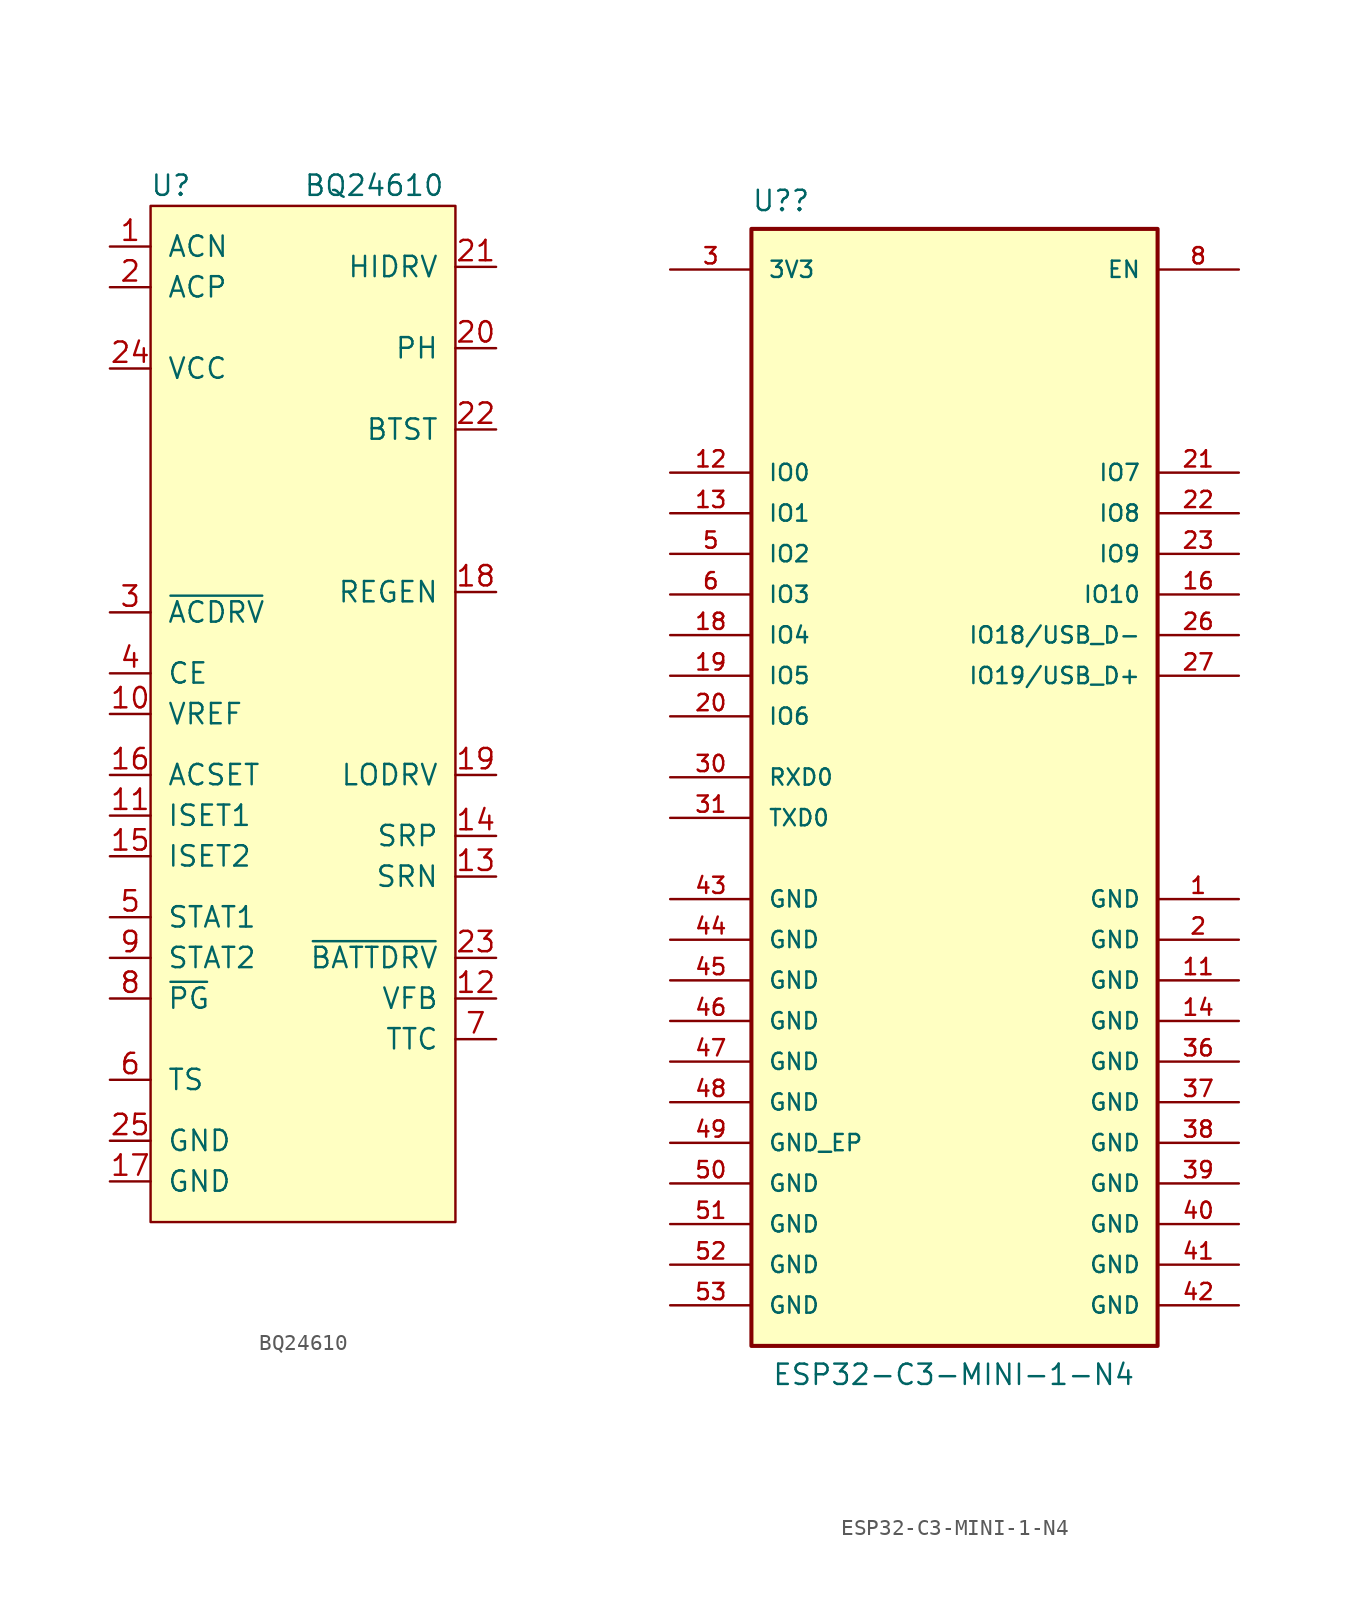
<source format=kicad_sym>
(kicad_symbol_lib
  (version 20220914)
  (generator kicad_symbol_editor)
  (symbol "BQ24610"
    (pin_names
      (offset 1.016))
    (property "Reference" "U"
      (at -24.13 8.89 0)
      (effects (font (size 1.27 1.27))))
    (property "Value" "BQ24610"
      (at -11.43 8.89 0)
      (effects (font (size 1.27 1.27))))
    (symbol "BQ24610_0_1"
      (rectangle (start -25.4 7.62) (end -6.35 -55.88) (stroke (width 0) (type solid)) (fill (type background))))
    (symbol "BQ24610_1_1"
      (pin input line (at -27.94 5.08 0) (length 2.54) (name "ACN" (effects (font (size 1.27 1.27)))) (number "1" (effects (font (size 1.27 1.27)))))
      (pin input line (at -27.94 -24.13 0) (length 2.54) (name "VREF" (effects (font (size 1.27 1.27)))) (number "10" (effects (font (size 1.27 1.27)))))
      (pin input line (at -27.94 -30.48 0) (length 2.54) (name "ISET1" (effects (font (size 1.27 1.27)))) (number "11" (effects (font (size 1.27 1.27)))))
      (pin input line (at -3.81 -41.91 180) (length 2.54) (name "VFB" (effects (font (size 1.27 1.27)))) (number "12" (effects (font (size 1.27 1.27)))))
      (pin input line (at -3.81 -34.29 180) (length 2.54) (name "SRN" (effects (font (size 1.27 1.27)))) (number "13" (effects (font (size 1.27 1.27)))))
      (pin input line (at -3.81 -31.75 180) (length 2.54) (name "SRP" (effects (font (size 1.27 1.27)))) (number "14" (effects (font (size 1.27 1.27)))))
      (pin input line (at -27.94 -33.02 0) (length 2.54) (name "ISET2" (effects (font (size 1.27 1.27)))) (number "15" (effects (font (size 1.27 1.27)))))
      (pin input line (at -27.94 -27.94 0) (length 2.54) (name "ACSET" (effects (font (size 1.27 1.27)))) (number "16" (effects (font (size 1.27 1.27)))))
      (pin input line (at -27.94 -53.34 0) (length 2.54) (name "GND" (effects (font (size 1.27 1.27)))) (number "17" (effects (font (size 1.27 1.27)))))
      (pin input line (at -3.81 -16.51 180) (length 2.54) (name "REGEN" (effects (font (size 1.27 1.27)))) (number "18" (effects (font (size 1.27 1.27)))))
      (pin input line (at -3.81 -27.94 180) (length 2.54) (name "LODRV" (effects (font (size 1.27 1.27)))) (number "19" (effects (font (size 1.27 1.27)))))
      (pin input line (at -27.94 2.54 0) (length 2.54) (name "ACP" (effects (font (size 1.27 1.27)))) (number "2" (effects (font (size 1.27 1.27)))))
      (pin input line (at -3.81 -1.27 180) (length 2.54) (name "PH" (effects (font (size 1.27 1.27)))) (number "20" (effects (font (size 1.27 1.27)))))
      (pin input line (at -3.81 3.81 180) (length 2.54) (name "HIDRV" (effects (font (size 1.27 1.27)))) (number "21" (effects (font (size 1.27 1.27)))))
      (pin input line (at -3.81 -6.35 180) (length 2.54) (name "BTST" (effects (font (size 1.27 1.27)))) (number "22" (effects (font (size 1.27 1.27)))))
      (pin input line (at -3.81 -39.37 180) (length 2.54) (name "~{BATTDRV}" (effects (font (size 1.27 1.27)))) (number "23" (effects (font (size 1.27 1.27)))))
      (pin input line (at -27.94 -2.54 0) (length 2.54) (name "VCC" (effects (font (size 1.27 1.27)))) (number "24" (effects (font (size 1.27 1.27)))))
      (pin input line (at -27.94 -50.8 0) (length 2.54) (name "GND" (effects (font (size 1.27 1.27)))) (number "25" (effects (font (size 1.27 1.27)))))
      (pin input line (at -27.94 -17.78 0) (length 2.54) (name "~{ACDRV}" (effects (font (size 1.27 1.27)))) (number "3" (effects (font (size 1.27 1.27)))))
      (pin input line (at -27.94 -21.59 0) (length 2.54) (name "CE" (effects (font (size 1.27 1.27)))) (number "4" (effects (font (size 1.27 1.27)))))
      (pin input line (at -27.94 -36.83 0) (length 2.54) (name "STAT1" (effects (font (size 1.27 1.27)))) (number "5" (effects (font (size 1.27 1.27)))))
      (pin input line (at -27.94 -46.99 0) (length 2.54) (name "TS" (effects (font (size 1.27 1.27)))) (number "6" (effects (font (size 1.27 1.27)))))
      (pin input line (at -3.81 -44.45 180) (length 2.54) (name "TTC" (effects (font (size 1.27 1.27)))) (number "7" (effects (font (size 1.27 1.27)))))
      (pin input line (at -27.94 -41.91 0) (length 2.54) (name "~{PG}" (effects (font (size 1.27 1.27)))) (number "8" (effects (font (size 1.27 1.27)))))
      (pin input line (at -27.94 -39.37 0) (length 2.54) (name "STAT2" (effects (font (size 1.27 1.27)))) (number "9" (effects (font (size 1.27 1.27)))))))
  (symbol "ESP32-C3-MINI-1-N4"
    (pin_names
      (offset 1.016))
    (property "Reference" "U?"
      (at -12.7 18.796 0)
      (effects (font (size 1.27 1.27)) (justify left bottom)))
    (property "Value" "ESP32-C3-MINI-1-N4"
      (at -11.43 -54.61 0)
      (effects (font (size 1.27 1.27)) (justify left bottom)))
    (symbol "ESP32-C3-MINI-1-N4_0_0"
      (rectangle (start -12.7 17.78) (end 12.7 -52.07) (stroke (width 0.254) (type default)) (fill (type background)))
      (pin power_in line (at 17.78 -24.13 180) (length 5.08) (name "GND" (effects (font (size 1.016 1.016)))) (number "1" (effects (font (size 1.016 1.016)))))
      (pin power_in line (at 17.78 -29.21 180) (length 5.08) (name "GND" (effects (font (size 1.016 1.016)))) (number "11" (effects (font (size 1.016 1.016)))))
      (pin bidirectional line (at -17.78 2.54 0) (length 5.08) (name "IO0" (effects (font (size 1.016 1.016)))) (number "12" (effects (font (size 1.016 1.016)))))
      (pin bidirectional line (at -17.78 0 0) (length 5.08) (name "IO1" (effects (font (size 1.016 1.016)))) (number "13" (effects (font (size 1.016 1.016)))))
      (pin power_in line (at 17.78 -31.75 180) (length 5.08) (name "GND" (effects (font (size 1.016 1.016)))) (number "14" (effects (font (size 1.016 1.016)))))
      (pin bidirectional line (at 17.78 -5.08 180) (length 5.08) (name "IO10" (effects (font (size 1.016 1.016)))) (number "16" (effects (font (size 1.016 1.016)))))
      (pin bidirectional line (at -17.78 -7.62 0) (length 5.08) (name "IO4" (effects (font (size 1.016 1.016)))) (number "18" (effects (font (size 1.016 1.016)))))
      (pin bidirectional line (at -17.78 -10.16 0) (length 5.08) (name "IO5" (effects (font (size 1.016 1.016)))) (number "19" (effects (font (size 1.016 1.016)))))
      (pin power_in line (at 17.78 -26.67 180) (length 5.08) (name "GND" (effects (font (size 1.016 1.016)))) (number "2" (effects (font (size 1.016 1.016)))))
      (pin bidirectional line (at -17.78 -12.7 0) (length 5.08) (name "IO6" (effects (font (size 1.016 1.016)))) (number "20" (effects (font (size 1.016 1.016)))))
      (pin bidirectional line (at 17.78 2.54 180) (length 5.08) (name "IO7" (effects (font (size 1.016 1.016)))) (number "21" (effects (font (size 1.016 1.016)))))
      (pin bidirectional line (at 17.78 0 180) (length 5.08) (name "IO8" (effects (font (size 1.016 1.016)))) (number "22" (effects (font (size 1.016 1.016)))))
      (pin bidirectional line (at 17.78 -2.54 180) (length 5.08) (name "IO9" (effects (font (size 1.016 1.016)))) (number "23" (effects (font (size 1.016 1.016)))))
      (pin power_in line (at -17.78 15.24 0) (length 5.08) (name "3V3" (effects (font (size 1.016 1.016)))) (number "3" (effects (font (size 1.016 1.016)))))
      (pin bidirectional line (at -17.78 -16.51 0) (length 5.08) (name "RXD0" (effects (font (size 1.016 1.016)))) (number "30" (effects (font (size 1.016 1.016)))))
      (pin bidirectional line (at -17.78 -19.05 0) (length 5.08) (name "TXD0" (effects (font (size 1.016 1.016)))) (number "31" (effects (font (size 1.016 1.016)))))
      (pin power_in line (at 17.78 -34.29 180) (length 5.08) (name "GND" (effects (font (size 1.016 1.016)))) (number "36" (effects (font (size 1.016 1.016)))))
      (pin power_in line (at 17.78 -36.83 180) (length 5.08) (name "GND" (effects (font (size 1.016 1.016)))) (number "37" (effects (font (size 1.016 1.016)))))
      (pin power_in line (at 17.78 -39.37 180) (length 5.08) (name "GND" (effects (font (size 1.016 1.016)))) (number "38" (effects (font (size 1.016 1.016)))))
      (pin power_in line (at 17.78 -41.91 180) (length 5.08) (name "GND" (effects (font (size 1.016 1.016)))) (number "39" (effects (font (size 1.016 1.016)))))
      (pin power_in line (at 17.78 -44.45 180) (length 5.08) (name "GND" (effects (font (size 1.016 1.016)))) (number "40" (effects (font (size 1.016 1.016)))))
      (pin power_in line (at 17.78 -46.99 180) (length 5.08) (name "GND" (effects (font (size 1.016 1.016)))) (number "41" (effects (font (size 1.016 1.016)))))
      (pin power_in line (at 17.78 -49.53 180) (length 5.08) (name "GND" (effects (font (size 1.016 1.016)))) (number "42" (effects (font (size 1.016 1.016)))))
      (pin power_in line (at -17.78 -24.13 0) (length 5.08) (name "GND" (effects (font (size 1.016 1.016)))) (number "43" (effects (font (size 1.016 1.016)))))
      (pin power_in line (at -17.78 -26.67 0) (length 5.08) (name "GND" (effects (font (size 1.016 1.016)))) (number "44" (effects (font (size 1.016 1.016)))))
      (pin power_in line (at -17.78 -29.21 0) (length 5.08) (name "GND" (effects (font (size 1.016 1.016)))) (number "45" (effects (font (size 1.016 1.016)))))
      (pin power_in line (at -17.78 -31.75 0) (length 5.08) (name "GND" (effects (font (size 1.016 1.016)))) (number "46" (effects (font (size 1.016 1.016)))))
      (pin power_in line (at -17.78 -34.29 0) (length 5.08) (name "GND" (effects (font (size 1.016 1.016)))) (number "47" (effects (font (size 1.016 1.016)))))
      (pin power_in line (at -17.78 -36.83 0) (length 5.08) (name "GND" (effects (font (size 1.016 1.016)))) (number "48" (effects (font (size 1.016 1.016)))))
      (pin bidirectional line (at -17.78 -2.54 0) (length 5.08) (name "IO2" (effects (font (size 1.016 1.016)))) (number "5" (effects (font (size 1.016 1.016)))))
      (pin power_in line (at -17.78 -41.91 0) (length 5.08) (name "GND" (effects (font (size 1.016 1.016)))) (number "50" (effects (font (size 1.016 1.016)))))
      (pin power_in line (at -17.78 -44.45 0) (length 5.08) (name "GND" (effects (font (size 1.016 1.016)))) (number "51" (effects (font (size 1.016 1.016)))))
      (pin power_in line (at -17.78 -46.99 0) (length 5.08) (name "GND" (effects (font (size 1.016 1.016)))) (number "52" (effects (font (size 1.016 1.016)))))
      (pin power_in line (at -17.78 -49.53 0) (length 5.08) (name "GND" (effects (font (size 1.016 1.016)))) (number "53" (effects (font (size 1.016 1.016)))))
      (pin bidirectional line (at -17.78 -5.08 0) (length 5.08) (name "IO3" (effects (font (size 1.016 1.016)))) (number "6" (effects (font (size 1.016 1.016)))))
      (pin input line (at 17.78 15.24 180) (length 5.08) (name "EN" (effects (font (size 1.016 1.016)))) (number "8" (effects (font (size 1.016 1.016))))))
    (symbol "ESP32-C3-MINI-1-N4_1_0"
      (pin no_connect line (at 17.78 -12.7 180) (length 5.08) hide (name "NC" (effects (font (size 1.016 1.016)))) (number "10" (effects (font (size 1.016 1.016)))))
      (pin no_connect line (at 17.78 -12.7 180) (length 5.08) hide (name "NC" (effects (font (size 1.016 1.016)))) (number "15" (effects (font (size 1.016 1.016)))))
      (pin no_connect line (at 17.78 -12.7 180) (length 5.08) hide (name "NC" (effects (font (size 1.016 1.016)))) (number "17" (effects (font (size 1.016 1.016)))))
      (pin no_connect line (at 17.78 -12.7 180) (length 5.08) hide (name "NC" (effects (font (size 1.016 1.016)))) (number "24" (effects (font (size 1.016 1.016)))))
      (pin no_connect line (at 17.78 -12.7 180) (length 5.08) hide (name "NC" (effects (font (size 1.016 1.016)))) (number "25" (effects (font (size 1.016 1.016)))))
      (pin bidirectional line (at 17.78 -7.62 180) (length 5.08) (name "IO18/USB_D-" (effects (font (size 1.016 1.016)))) (number "26" (effects (font (size 1.016 1.016)))))
      (pin bidirectional line (at 17.78 -10.16 180) (length 5.08) (name "IO19/USB_D+" (effects (font (size 1.016 1.016)))) (number "27" (effects (font (size 1.016 1.016)))))
      (pin no_connect line (at 17.78 -12.7 180) (length 5.08) hide (name "NC" (effects (font (size 1.016 1.016)))) (number "28" (effects (font (size 1.016 1.016)))))
      (pin no_connect line (at 17.78 -12.7 180) (length 5.08) hide (name "NC" (effects (font (size 1.016 1.016)))) (number "29" (effects (font (size 1.016 1.016)))))
      (pin no_connect line (at 17.78 -12.7 180) (length 5.08) hide (name "NC" (effects (font (size 1.016 1.016)))) (number "32" (effects (font (size 1.016 1.016)))))
      (pin no_connect line (at 17.78 -12.7 180) (length 5.08) hide (name "NC" (effects (font (size 1.016 1.016)))) (number "33" (effects (font (size 1.016 1.016)))))
      (pin no_connect line (at 17.78 -12.7 180) (length 5.08) hide (name "NC" (effects (font (size 1.016 1.016)))) (number "34" (effects (font (size 1.016 1.016)))))
      (pin no_connect line (at 17.78 -12.7 180) (length 5.08) hide (name "NC" (effects (font (size 1.016 1.016)))) (number "35" (effects (font (size 1.016 1.016)))))
      (pin no_connect line (at 17.78 -12.7 180) (length 5.08) hide (name "NC" (effects (font (size 1.016 1.016)))) (number "4" (effects (font (size 1.016 1.016)))))
      (pin power_in line (at -17.78 -39.37 0) (length 5.08) (name "GND_EP" (effects (font (size 1.016 1.016)))) (number "49" (effects (font (size 1.016 1.016)))))
      (pin no_connect line (at 17.78 -12.7 180) (length 5.08) hide (name "NC" (effects (font (size 1.016 1.016)))) (number "7" (effects (font (size 1.016 1.016)))))
      (pin no_connect line (at 17.78 -12.7 180) (length 5.08) hide (name "NC" (effects (font (size 1.016 1.016)))) (number "9" (effects (font (size 1.016 1.016))))))))
</source>
